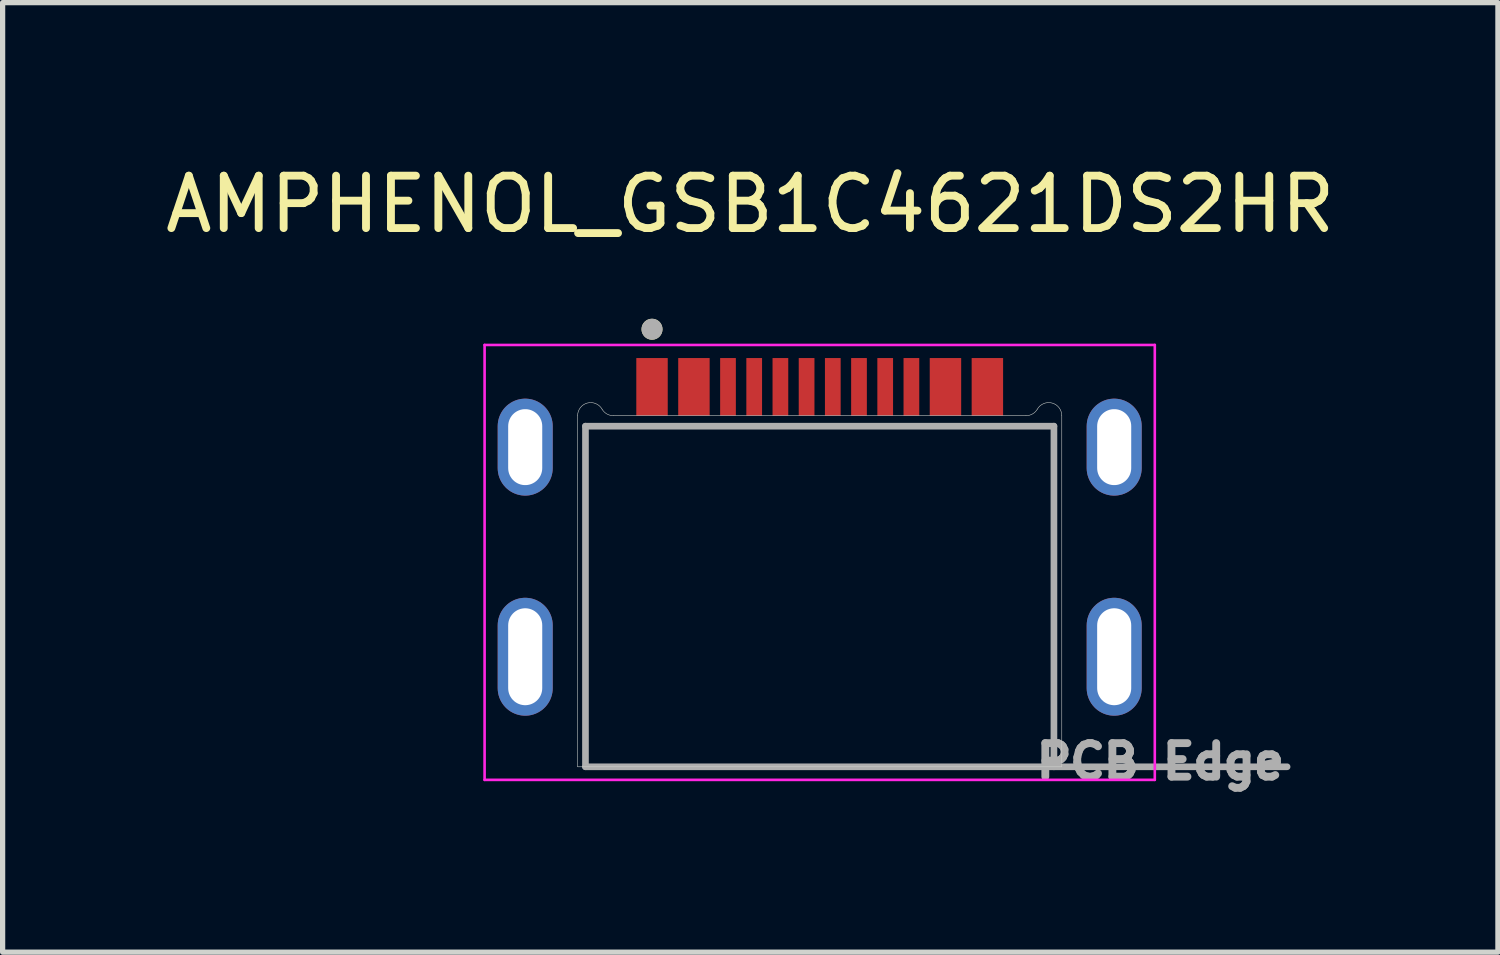
<source format=kicad_pcb>
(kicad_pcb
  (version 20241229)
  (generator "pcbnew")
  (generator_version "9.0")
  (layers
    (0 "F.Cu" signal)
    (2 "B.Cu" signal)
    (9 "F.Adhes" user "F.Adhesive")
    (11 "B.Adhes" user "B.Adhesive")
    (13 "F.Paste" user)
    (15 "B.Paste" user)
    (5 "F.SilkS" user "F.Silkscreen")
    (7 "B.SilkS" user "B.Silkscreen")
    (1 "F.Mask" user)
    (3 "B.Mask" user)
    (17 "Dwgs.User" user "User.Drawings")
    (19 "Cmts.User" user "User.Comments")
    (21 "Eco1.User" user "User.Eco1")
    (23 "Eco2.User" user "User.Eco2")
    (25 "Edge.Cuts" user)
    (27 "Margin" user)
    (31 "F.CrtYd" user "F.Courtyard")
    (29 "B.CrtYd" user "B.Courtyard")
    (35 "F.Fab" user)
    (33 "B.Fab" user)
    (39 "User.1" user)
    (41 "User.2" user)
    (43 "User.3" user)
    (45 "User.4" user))
  (footprint "AMPHENOL_GSB1C4621DS2HR"
    (layer "F.Cu")
    (at 12.593 9.483)
    (property "Reference" "AMPHENOL_GSB1C4621DS2HR" (at -1.325 -8.635 0) (layer "F.SilkS") (effects (font (size 1 1) (thickness 0.15))))
    (attr smd)
    (fp_poly (pts (xy -3.55 -5.75) (xy -2.85 -5.75) (xy -2.85 -4.55) (xy -3.55 -4.55)) (stroke (width 0.01) (type solid)) (fill yes) (layer "F.Mask"))
    (fp_poly (pts (xy -2.75 -5.75) (xy -2.05 -5.75) (xy -2.05 -4.55) (xy -2.75 -4.55)) (stroke (width 0.01) (type solid)) (fill yes) (layer "F.Mask"))
    (fp_poly (pts (xy -1.95 -5.75) (xy -1.55 -5.75) (xy -1.55 -4.55) (xy -1.95 -4.55)) (stroke (width 0.01) (type solid)) (fill yes) (layer "F.Mask"))
    (fp_poly (pts (xy -1.45 -5.75) (xy -1.05 -5.75) (xy -1.05 -4.55) (xy -1.45 -4.55)) (stroke (width 0.01) (type solid)) (fill yes) (layer "F.Mask"))
    (fp_poly (pts (xy -0.95 -5.75) (xy -0.55 -5.75) (xy -0.55 -4.55) (xy -0.95 -4.55)) (stroke (width 0.01) (type solid)) (fill yes) (layer "F.Mask"))
    (fp_poly (pts (xy -0.45 -5.75) (xy -0.05 -5.75) (xy -0.05 -4.55) (xy -0.45 -4.55)) (stroke (width 0.01) (type solid)) (fill yes) (layer "F.Mask"))
    (fp_poly (pts (xy 0.05 -5.75) (xy 0.45 -5.75) (xy 0.45 -4.55) (xy 0.05 -4.55)) (stroke (width 0.01) (type solid)) (fill yes) (layer "F.Mask"))
    (fp_poly (pts (xy 0.55 -5.75) (xy 0.95 -5.75) (xy 0.95 -4.55) (xy 0.55 -4.55)) (stroke (width 0.01) (type solid)) (fill yes) (layer "F.Mask"))
    (fp_poly (pts (xy 1.05 -5.75) (xy 1.45 -5.75) (xy 1.45 -4.55) (xy 1.05 -4.55)) (stroke (width 0.01) (type solid)) (fill yes) (layer "F.Mask"))
    (fp_poly (pts (xy 1.55 -5.75) (xy 1.95 -5.75) (xy 1.95 -4.55) (xy 1.55 -4.55)) (stroke (width 0.01) (type solid)) (fill yes) (layer "F.Mask"))
    (fp_poly (pts (xy 2.05 -5.75) (xy 2.75 -5.75) (xy 2.75 -4.55) (xy 2.05 -4.55)) (stroke (width 0.01) (type solid)) (fill yes) (layer "F.Mask"))
    (fp_poly (pts (xy 2.85 -5.75) (xy 3.55 -5.75) (xy 3.55 -4.55) (xy 2.85 -4.55)) (stroke (width 0.01) (type solid)) (fill yes) (layer "F.Mask"))
    (fp_circle (center -3.2 -6.25) (end -3.1 -6.25) (stroke (width 0.2) (type solid)) (fill no) (layer "F.SilkS"))
    (fp_line (start -4.62 -4.6) (end -4.62 2.1) (stroke (width 0.01) (type solid)) (layer "Edge.Cuts"))
    (fp_line (start -4.62 2.1) (end 4.62 2.1) (stroke (width 0.01) (type solid)) (layer "Edge.Cuts"))
    (fp_line (start 3.937 -4.6) (end -3.937 -4.6) (stroke (width 0.01) (type solid)) (layer "Edge.Cuts"))
    (fp_line (start 4.62 2.1) (end 4.62 -4.6) (stroke (width 0.01) (type solid)) (layer "Edge.Cuts"))
    (fp_arc (start -4.62 -4.6) (mid -4.434708 -4.841479) (end -4.1535 -4.725) (stroke (width 0.01) (type solid)) (layer "Edge.Cuts"))
    (fp_arc (start -3.937 -4.6) (mid -4.061997 -4.633495) (end -4.1535 -4.725) (stroke (width 0.01) (type solid)) (layer "Edge.Cuts"))
    (fp_arc (start 4.1535 -4.725) (mid 4.061997 -4.633495) (end 3.937 -4.6) (stroke (width 0.01) (type solid)) (layer "Edge.Cuts"))
    (fp_arc (start 4.1535 -4.725) (mid 4.434708 -4.841479) (end 4.62 -4.6) (stroke (width 0.01) (type solid)) (layer "Edge.Cuts"))
    (fp_line (start -6.395 -5.95) (end 6.395 -5.95) (stroke (width 0.05) (type solid)) (layer "F.CrtYd"))
    (fp_line (start -6.395 2.35) (end -6.395 -5.95) (stroke (width 0.05) (type solid)) (layer "F.CrtYd"))
    (fp_line (start 6.395 -5.95) (end 6.395 2.35) (stroke (width 0.05) (type solid)) (layer "F.CrtYd"))
    (fp_line (start 6.395 2.35) (end -6.395 2.35) (stroke (width 0.05) (type solid)) (layer "F.CrtYd"))
    (fp_line (start -4.47 -4.4) (end 4.47 -4.4) (stroke (width 0.127) (type solid)) (layer "F.Fab"))
    (fp_line (start -4.47 2.1) (end -4.47 -4.4) (stroke (width 0.127) (type solid)) (layer "F.Fab"))
    (fp_line (start 4.47 -4.4) (end 4.47 2.1) (stroke (width 0.127) (type solid)) (layer "F.Fab"))
    (fp_line (start 4.47 2.1) (end -4.47 2.1) (stroke (width 0.127) (type solid)) (layer "F.Fab"))
    (fp_line (start 4.47 2.1) (end 8.92 2.1) (stroke (width 0.127) (type solid)) (layer "F.Fab"))
    (fp_circle (center -3.2 -6.25) (end -3.1 -6.25) (stroke (width 0.2) (type solid)) (fill no) (layer "F.Fab"))
    (fp_text user "PCB Edge" (at 6.5 2 0) (layer "F.Fab") (effects (font (size 0.64 0.64) (thickness 0.15))))
    (pad "A1_B12" smd rect (at -3.2 -5.15) (size 0.6 1.1) (layers "F.Cu" "F.Paste"))
    (pad "A4_B9" smd rect (at -2.4 -5.15) (size 0.6 1.1) (layers "F.Cu" "F.Paste"))
    (pad "A5" smd rect (at -1.25 -5.15) (size 0.3 1.1) (layers "F.Cu" "F.Paste"))
    (pad "A6" smd rect (at -0.25 -5.15) (size 0.3 1.1) (layers "F.Cu" "F.Paste"))
    (pad "A7" smd rect (at 0.25 -5.15) (size 0.3 1.1) (layers "F.Cu" "F.Paste"))
    (pad "A8" smd rect (at 1.25 -5.15) (size 0.3 1.1) (layers "F.Cu" "F.Paste"))
    (pad "B1_A12" smd rect (at 3.2 -5.15) (size 0.6 1.1) (layers "F.Cu" "F.Paste"))
    (pad "B4_A9" smd rect (at 2.4 -5.15) (size 0.6 1.1) (layers "F.Cu" "F.Paste"))
    (pad "B5" smd rect (at 1.75 -5.15) (size 0.3 1.1) (layers "F.Cu" "F.Paste"))
    (pad "B6" smd rect (at 0.75 -5.15) (size 0.3 1.1) (layers "F.Cu" "F.Paste"))
    (pad "B7" smd rect (at -0.75 -5.15) (size 0.3 1.1) (layers "F.Cu" "F.Paste"))
    (pad "B8" smd rect (at -1.75 -5.15) (size 0.3 1.1) (layers "F.Cu" "F.Paste"))
    (pad "SH1" thru_hole oval (at -5.62 -4) (size 1.05 1.85) (drill oval 0.65 1.45) (layers "*.Cu" "*.Mask"))
    (pad "SH2" thru_hole oval (at 5.62 -4) (size 1.05 1.85) (drill oval 0.65 1.45) (layers "*.Cu" "*.Mask"))
    (pad "SH3" thru_hole oval (at -5.62 0) (size 1.05 2.25) (drill oval 0.65 1.85) (layers "*.Cu" "*.Mask"))
    (pad "SH4" thru_hole oval (at 5.62 0) (size 1.05 2.25) (drill oval 0.65 1.85) (layers "*.Cu" "*.Mask")))
  (gr_rect
    (start -3 -3)
    (end 25.536 15.121)
    (stroke (width 0.1) (type default))
    (fill no)
    (layer "Edge.Cuts")))
</source>
